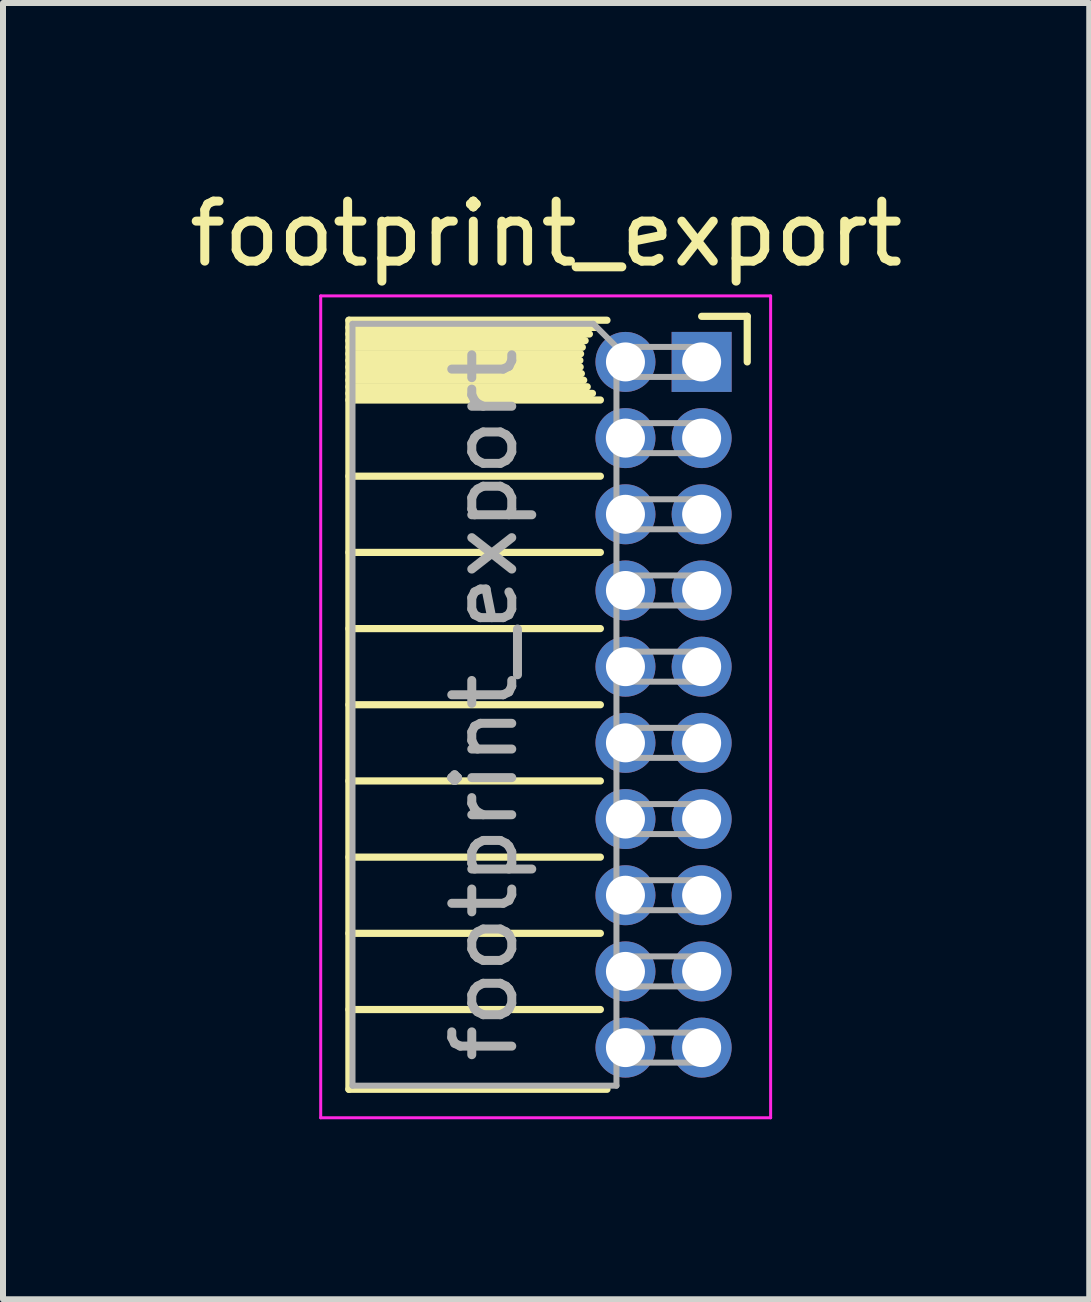
<source format=kicad_pcb>
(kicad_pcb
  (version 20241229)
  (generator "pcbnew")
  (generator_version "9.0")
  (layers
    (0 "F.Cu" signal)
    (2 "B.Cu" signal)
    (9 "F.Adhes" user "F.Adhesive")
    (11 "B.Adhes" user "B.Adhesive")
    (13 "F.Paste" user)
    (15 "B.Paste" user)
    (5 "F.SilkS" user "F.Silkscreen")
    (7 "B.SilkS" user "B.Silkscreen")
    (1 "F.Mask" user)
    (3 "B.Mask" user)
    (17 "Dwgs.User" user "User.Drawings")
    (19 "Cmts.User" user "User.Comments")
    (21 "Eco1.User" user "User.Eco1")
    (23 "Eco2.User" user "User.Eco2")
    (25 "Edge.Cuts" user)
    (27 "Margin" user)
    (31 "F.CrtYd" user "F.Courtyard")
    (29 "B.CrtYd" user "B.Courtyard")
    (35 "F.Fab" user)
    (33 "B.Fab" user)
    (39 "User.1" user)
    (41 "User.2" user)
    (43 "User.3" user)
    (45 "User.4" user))
  (footprint "footprint_export"
    (layer "F.Cu")
    (at 8.646 2.983)
    (property "Reference" "footprint_export" (at -2.592 -2.135 0) (layer "F.SilkS") (effects (font (size 1 1) (thickness 0.15))))
    (attr through_hole)
    (fp_line (start -5.88 -0.695) (end -5.88 12.125) (stroke (width 0.12) (type solid)) (layer "F.SilkS"))
    (fp_line (start -5.88 -0.695) (end -1.578 -0.695) (stroke (width 0.12) (type solid)) (layer "F.SilkS"))
    (fp_line (start -5.88 -0.575) (end -1.767 -0.575) (stroke (width 0.12) (type solid)) (layer "F.SilkS"))
    (fp_line (start -5.88 -0.465) (end -1.871 -0.465) (stroke (width 0.12) (type solid)) (layer "F.SilkS"))
    (fp_line (start -5.88 -0.355) (end -1.942 -0.355) (stroke (width 0.12) (type solid)) (layer "F.SilkS"))
    (fp_line (start -5.88 -0.245) (end -1.989 -0.245) (stroke (width 0.12) (type solid)) (layer "F.SilkS"))
    (fp_line (start -5.88 -0.135) (end -2.018 -0.135) (stroke (width 0.12) (type solid)) (layer "F.SilkS"))
    (fp_line (start -5.88 -0.025) (end -2.03 -0.025) (stroke (width 0.12) (type solid)) (layer "F.SilkS"))
    (fp_line (start -5.88 0.085) (end -2.025 0.085) (stroke (width 0.12) (type solid)) (layer "F.SilkS"))
    (fp_line (start -5.88 0.195) (end -2.005 0.195) (stroke (width 0.12) (type solid)) (layer "F.SilkS"))
    (fp_line (start -5.88 0.305) (end -1.966 0.305) (stroke (width 0.12) (type solid)) (layer "F.SilkS"))
    (fp_line (start -5.88 0.415) (end -1.907 0.415) (stroke (width 0.12) (type solid)) (layer "F.SilkS"))
    (fp_line (start -5.88 0.525) (end -1.82 0.525) (stroke (width 0.12) (type solid)) (layer "F.SilkS"))
    (fp_line (start -5.88 0.635) (end -1.688 0.635) (stroke (width 0.12) (type solid)) (layer "F.SilkS"))
    (fp_line (start -5.88 1.905) (end -1.688 1.905) (stroke (width 0.12) (type solid)) (layer "F.SilkS"))
    (fp_line (start -5.88 3.175) (end -1.688 3.175) (stroke (width 0.12) (type solid)) (layer "F.SilkS"))
    (fp_line (start -5.88 4.445) (end -1.688 4.445) (stroke (width 0.12) (type solid)) (layer "F.SilkS"))
    (fp_line (start -5.88 5.715) (end -1.688 5.715) (stroke (width 0.12) (type solid)) (layer "F.SilkS"))
    (fp_line (start -5.88 6.985) (end -1.688 6.985) (stroke (width 0.12) (type solid)) (layer "F.SilkS"))
    (fp_line (start -5.88 8.255) (end -1.688 8.255) (stroke (width 0.12) (type solid)) (layer "F.SilkS"))
    (fp_line (start -5.88 9.525) (end -1.688 9.525) (stroke (width 0.12) (type solid)) (layer "F.SilkS"))
    (fp_line (start -5.88 10.795) (end -1.688 10.795) (stroke (width 0.12) (type solid)) (layer "F.SilkS"))
    (fp_line (start -5.88 12.125) (end -1.578 12.125) (stroke (width 0.12) (type solid)) (layer "F.SilkS"))
    (fp_line (start 0 -0.76) (end 0.76 -0.76) (stroke (width 0.12) (type solid)) (layer "F.SilkS"))
    (fp_line (start 0.76 -0.76) (end 0.76 0) (stroke (width 0.12) (type solid)) (layer "F.SilkS"))
    (fp_line (start -6.35 -1.1) (end -6.35 12.6) (stroke (width 0.05) (type solid)) (layer "F.CrtYd"))
    (fp_line (start -6.35 12.6) (end 1.15 12.6) (stroke (width 0.05) (type solid)) (layer "F.CrtYd"))
    (fp_line (start 1.15 -1.1) (end -6.35 -1.1) (stroke (width 0.05) (type solid)) (layer "F.CrtYd"))
    (fp_line (start 1.15 12.6) (end 1.15 -1.1) (stroke (width 0.05) (type solid)) (layer "F.CrtYd"))
    (fp_line (start -5.82 -0.635) (end -1.805 -0.635) (stroke (width 0.1) (type solid)) (layer "F.Fab"))
    (fp_line (start -5.82 12.065) (end -5.82 -0.635) (stroke (width 0.1) (type solid)) (layer "F.Fab"))
    (fp_line (start -1.805 -0.635) (end -1.42 -0.25) (stroke (width 0.1) (type solid)) (layer "F.Fab"))
    (fp_line (start -1.42 -0.25) (end -1.42 12.065) (stroke (width 0.1) (type solid)) (layer "F.Fab"))
    (fp_line (start -1.42 0.25) (end 0 0.25) (stroke (width 0.1) (type solid)) (layer "F.Fab"))
    (fp_line (start -1.42 1.52) (end 0 1.52) (stroke (width 0.1) (type solid)) (layer "F.Fab"))
    (fp_line (start -1.42 2.79) (end 0 2.79) (stroke (width 0.1) (type solid)) (layer "F.Fab"))
    (fp_line (start -1.42 4.06) (end 0 4.06) (stroke (width 0.1) (type solid)) (layer "F.Fab"))
    (fp_line (start -1.42 5.33) (end 0 5.33) (stroke (width 0.1) (type solid)) (layer "F.Fab"))
    (fp_line (start -1.42 6.6) (end 0 6.6) (stroke (width 0.1) (type solid)) (layer "F.Fab"))
    (fp_line (start -1.42 7.87) (end 0 7.87) (stroke (width 0.1) (type solid)) (layer "F.Fab"))
    (fp_line (start -1.42 9.14) (end 0 9.14) (stroke (width 0.1) (type solid)) (layer "F.Fab"))
    (fp_line (start -1.42 10.41) (end 0 10.41) (stroke (width 0.1) (type solid)) (layer "F.Fab"))
    (fp_line (start -1.42 11.68) (end 0 11.68) (stroke (width 0.1) (type solid)) (layer "F.Fab"))
    (fp_line (start -1.42 12.065) (end -5.82 12.065) (stroke (width 0.1) (type solid)) (layer "F.Fab"))
    (fp_line (start 0 -0.25) (end -1.42 -0.25) (stroke (width 0.1) (type solid)) (layer "F.Fab"))
    (fp_line (start 0 0.25) (end 0 -0.25) (stroke (width 0.1) (type solid)) (layer "F.Fab"))
    (fp_line (start 0 1.02) (end -1.42 1.02) (stroke (width 0.1) (type solid)) (layer "F.Fab"))
    (fp_line (start 0 1.52) (end 0 1.02) (stroke (width 0.1) (type solid)) (layer "F.Fab"))
    (fp_line (start 0 2.29) (end -1.42 2.29) (stroke (width 0.1) (type solid)) (layer "F.Fab"))
    (fp_line (start 0 2.79) (end 0 2.29) (stroke (width 0.1) (type solid)) (layer "F.Fab"))
    (fp_line (start 0 3.56) (end -1.42 3.56) (stroke (width 0.1) (type solid)) (layer "F.Fab"))
    (fp_line (start 0 4.06) (end 0 3.56) (stroke (width 0.1) (type solid)) (layer "F.Fab"))
    (fp_line (start 0 4.83) (end -1.42 4.83) (stroke (width 0.1) (type solid)) (layer "F.Fab"))
    (fp_line (start 0 5.33) (end 0 4.83) (stroke (width 0.1) (type solid)) (layer "F.Fab"))
    (fp_line (start 0 6.1) (end -1.42 6.1) (stroke (width 0.1) (type solid)) (layer "F.Fab"))
    (fp_line (start 0 6.6) (end 0 6.1) (stroke (width 0.1) (type solid)) (layer "F.Fab"))
    (fp_line (start 0 7.37) (end -1.42 7.37) (stroke (width 0.1) (type solid)) (layer "F.Fab"))
    (fp_line (start 0 7.87) (end 0 7.37) (stroke (width 0.1) (type solid)) (layer "F.Fab"))
    (fp_line (start 0 8.64) (end -1.42 8.64) (stroke (width 0.1) (type solid)) (layer "F.Fab"))
    (fp_line (start 0 9.14) (end 0 8.64) (stroke (width 0.1) (type solid)) (layer "F.Fab"))
    (fp_line (start 0 9.91) (end -1.42 9.91) (stroke (width 0.1) (type solid)) (layer "F.Fab"))
    (fp_line (start 0 10.41) (end 0 9.91) (stroke (width 0.1) (type solid)) (layer "F.Fab"))
    (fp_line (start 0 11.18) (end -1.42 11.18) (stroke (width 0.1) (type solid)) (layer "F.Fab"))
    (fp_line (start 0 11.68) (end 0 11.18) (stroke (width 0.1) (type solid)) (layer "F.Fab"))
    (fp_text user "${REFERENCE}" (at -3.62 5.715 90) (layer "F.Fab") (effects (font (size 1 1) (thickness 0.15))))
    (pad "1" thru_hole rect (at 0 0) (size 1 1) (drill 0.65) (layers "*.Cu" "*.Mask"))
    (pad "2" thru_hole oval (at -1.27 0) (size 1 1) (drill 0.65) (layers "*.Cu" "*.Mask"))
    (pad "3" thru_hole oval (at 0 1.27) (size 1 1) (drill 0.65) (layers "*.Cu" "*.Mask"))
    (pad "4" thru_hole oval (at -1.27 1.27) (size 1 1) (drill 0.65) (layers "*.Cu" "*.Mask"))
    (pad "5" thru_hole oval (at 0 2.54) (size 1 1) (drill 0.65) (layers "*.Cu" "*.Mask"))
    (pad "6" thru_hole oval (at -1.27 2.54) (size 1 1) (drill 0.65) (layers "*.Cu" "*.Mask"))
    (pad "7" thru_hole oval (at 0 3.81) (size 1 1) (drill 0.65) (layers "*.Cu" "*.Mask"))
    (pad "8" thru_hole oval (at -1.27 3.81) (size 1 1) (drill 0.65) (layers "*.Cu" "*.Mask"))
    (pad "9" thru_hole oval (at 0 5.08) (size 1 1) (drill 0.65) (layers "*.Cu" "*.Mask"))
    (pad "10" thru_hole oval (at -1.27 5.08) (size 1 1) (drill 0.65) (layers "*.Cu" "*.Mask"))
    (pad "11" thru_hole oval (at 0 6.35) (size 1 1) (drill 0.65) (layers "*.Cu" "*.Mask"))
    (pad "12" thru_hole oval (at -1.27 6.35) (size 1 1) (drill 0.65) (layers "*.Cu" "*.Mask"))
    (pad "13" thru_hole oval (at 0 7.62) (size 1 1) (drill 0.65) (layers "*.Cu" "*.Mask"))
    (pad "14" thru_hole oval (at -1.27 7.62) (size 1 1) (drill 0.65) (layers "*.Cu" "*.Mask"))
    (pad "15" thru_hole oval (at 0 8.89) (size 1 1) (drill 0.65) (layers "*.Cu" "*.Mask"))
    (pad "16" thru_hole oval (at -1.27 8.89) (size 1 1) (drill 0.65) (layers "*.Cu" "*.Mask"))
    (pad "17" thru_hole oval (at 0 10.16) (size 1 1) (drill 0.65) (layers "*.Cu" "*.Mask"))
    (pad "18" thru_hole oval (at -1.27 10.16) (size 1 1) (drill 0.65) (layers "*.Cu" "*.Mask"))
    (pad "19" thru_hole oval (at 0 11.43) (size 1 1) (drill 0.65) (layers "*.Cu" "*.Mask"))
    (pad "20" thru_hole oval (at -1.27 11.43) (size 1 1) (drill 0.65) (layers "*.Cu" "*.Mask")))
  (gr_rect
    (start -3 -3)
    (end 15.107 18.608)
    (stroke (width 0.1) (type default))
    (fill no)
    (layer "Edge.Cuts")))
</source>
